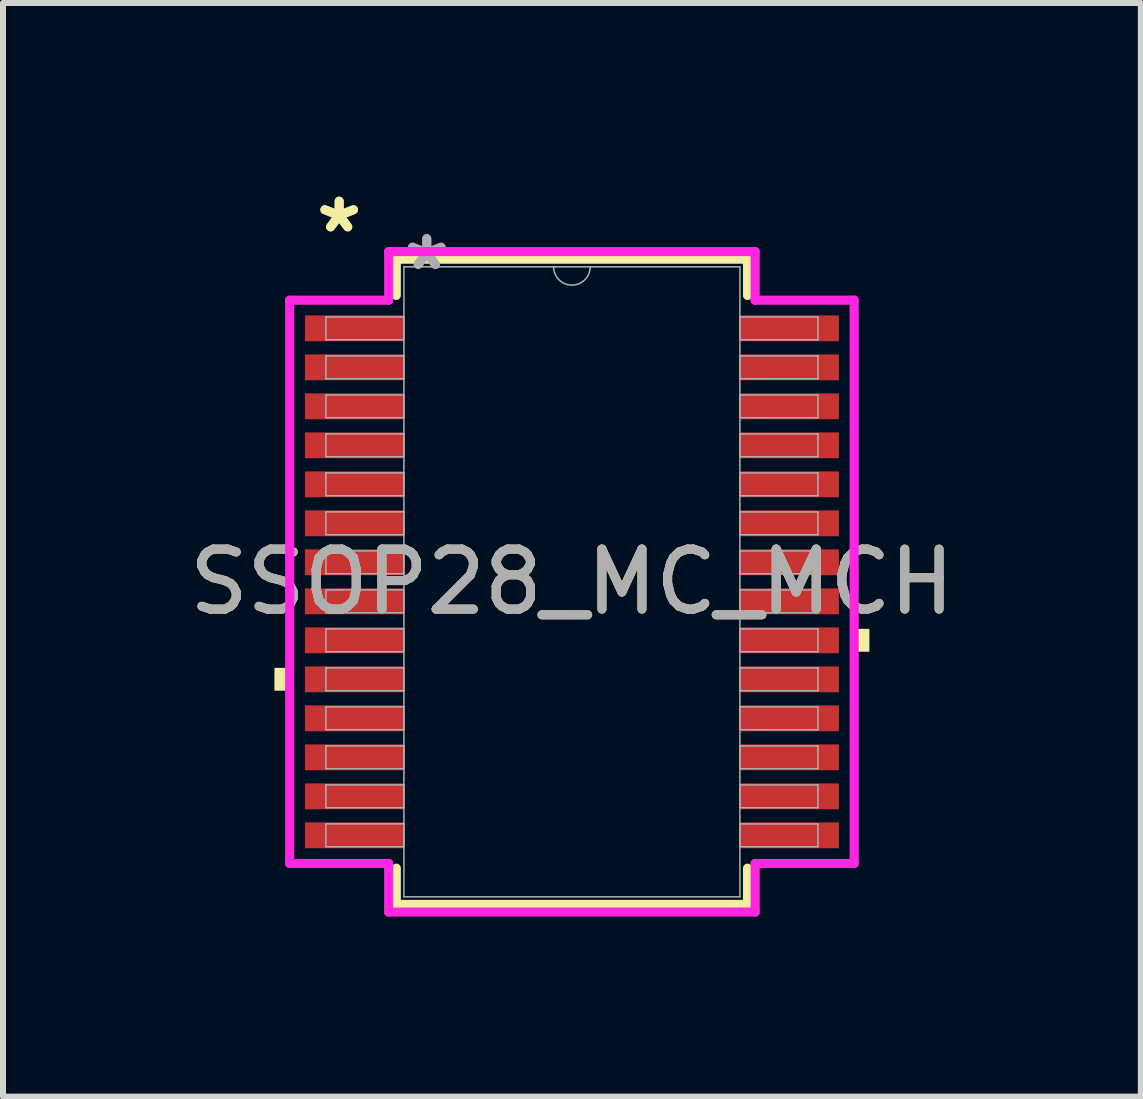
<source format=kicad_pcb>
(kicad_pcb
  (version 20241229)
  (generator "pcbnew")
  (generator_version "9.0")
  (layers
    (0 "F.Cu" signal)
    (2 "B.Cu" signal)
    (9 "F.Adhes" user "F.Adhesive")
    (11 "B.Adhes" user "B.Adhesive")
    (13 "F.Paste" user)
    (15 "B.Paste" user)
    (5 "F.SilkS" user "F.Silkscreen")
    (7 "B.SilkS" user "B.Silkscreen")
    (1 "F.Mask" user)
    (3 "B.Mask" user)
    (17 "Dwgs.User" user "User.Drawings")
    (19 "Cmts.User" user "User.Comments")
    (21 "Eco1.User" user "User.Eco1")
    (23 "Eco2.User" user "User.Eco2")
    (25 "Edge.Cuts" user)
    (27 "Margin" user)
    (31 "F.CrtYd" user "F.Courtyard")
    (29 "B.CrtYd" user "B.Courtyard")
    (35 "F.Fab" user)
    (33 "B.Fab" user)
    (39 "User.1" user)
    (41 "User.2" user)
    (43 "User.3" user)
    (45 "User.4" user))
  (footprint "SSOP28_MC_MCH"
    (layer "F.Cu")
    (at 6.482 6.647)
    (property "Reference" "SSOP28_MC_MCH" (at 0 0 0) (unlocked yes) (layer "F.SilkS") (effects (font (size 1 1) (thickness 0.15))))
    (attr smd)
    (fp_line (start -2.927 -5.377) (end -2.927 -4.773) (stroke (width 0.152) (type solid)) (layer "F.SilkS"))
    (fp_line (start -2.927 4.773) (end -2.927 5.377) (stroke (width 0.152) (type solid)) (layer "F.SilkS"))
    (fp_line (start -2.927 5.377) (end 2.927 5.377) (stroke (width 0.152) (type solid)) (layer "F.SilkS"))
    (fp_line (start 2.927 -5.377) (end -2.927 -5.377) (stroke (width 0.152) (type solid)) (layer "F.SilkS"))
    (fp_line (start 2.927 -4.773) (end 2.927 -5.377) (stroke (width 0.152) (type solid)) (layer "F.SilkS"))
    (fp_line (start 2.927 5.377) (end 2.927 4.773) (stroke (width 0.152) (type solid)) (layer "F.SilkS"))
    (fp_poly (pts (xy -4.958 1.434) (xy -4.958 1.815) (xy -4.704 1.815) (xy -4.704 1.434)) (stroke (width 0) (type solid)) (fill yes) (layer "F.SilkS"))
    (fp_poly (pts (xy 4.958 0.784) (xy 4.958 1.165) (xy 4.704 1.165) (xy 4.704 0.784)) (stroke (width 0) (type solid)) (fill yes) (layer "F.SilkS"))
    (fp_line (start -4.704 -4.694) (end -3.054 -4.694) (stroke (width 0.152) (type solid)) (layer "F.CrtYd"))
    (fp_line (start -4.704 4.694) (end -4.704 -4.694) (stroke (width 0.152) (type solid)) (layer "F.CrtYd"))
    (fp_line (start -4.704 4.694) (end -3.054 4.694) (stroke (width 0.152) (type solid)) (layer "F.CrtYd"))
    (fp_line (start -3.054 -5.504) (end 3.054 -5.504) (stroke (width 0.152) (type solid)) (layer "F.CrtYd"))
    (fp_line (start -3.054 -4.694) (end -3.054 -5.504) (stroke (width 0.152) (type solid)) (layer "F.CrtYd"))
    (fp_line (start -3.054 5.504) (end -3.054 4.694) (stroke (width 0.152) (type solid)) (layer "F.CrtYd"))
    (fp_line (start 3.054 -5.504) (end 3.054 -4.694) (stroke (width 0.152) (type solid)) (layer "F.CrtYd"))
    (fp_line (start 3.054 4.694) (end 3.054 5.504) (stroke (width 0.152) (type solid)) (layer "F.CrtYd"))
    (fp_line (start 3.054 5.504) (end -3.054 5.504) (stroke (width 0.152) (type solid)) (layer "F.CrtYd"))
    (fp_line (start 4.704 -4.694) (end 3.054 -4.694) (stroke (width 0.152) (type solid)) (layer "F.CrtYd"))
    (fp_line (start 4.704 -4.694) (end 4.704 4.694) (stroke (width 0.152) (type solid)) (layer "F.CrtYd"))
    (fp_line (start 4.704 4.694) (end 3.054 4.694) (stroke (width 0.152) (type solid)) (layer "F.CrtYd"))
    (fp_line (start -4.1 -4.415) (end -4.1 -4.035) (stroke (width 0.025) (type solid)) (layer "F.Fab"))
    (fp_line (start -4.1 -4.035) (end -2.8 -4.035) (stroke (width 0.025) (type solid)) (layer "F.Fab"))
    (fp_line (start -4.1 -3.765) (end -4.1 -3.385) (stroke (width 0.025) (type solid)) (layer "F.Fab"))
    (fp_line (start -4.1 -3.385) (end -2.8 -3.385) (stroke (width 0.025) (type solid)) (layer "F.Fab"))
    (fp_line (start -4.1 -3.115) (end -4.1 -2.735) (stroke (width 0.025) (type solid)) (layer "F.Fab"))
    (fp_line (start -4.1 -2.735) (end -2.8 -2.735) (stroke (width 0.025) (type solid)) (layer "F.Fab"))
    (fp_line (start -4.1 -2.466) (end -4.1 -2.084) (stroke (width 0.025) (type solid)) (layer "F.Fab"))
    (fp_line (start -4.1 -2.084) (end -2.8 -2.084) (stroke (width 0.025) (type solid)) (layer "F.Fab"))
    (fp_line (start -4.1 -1.816) (end -4.1 -1.435) (stroke (width 0.025) (type solid)) (layer "F.Fab"))
    (fp_line (start -4.1 -1.435) (end -2.8 -1.435) (stroke (width 0.025) (type solid)) (layer "F.Fab"))
    (fp_line (start -4.1 -1.166) (end -4.1 -0.785) (stroke (width 0.025) (type solid)) (layer "F.Fab"))
    (fp_line (start -4.1 -0.785) (end -2.8 -0.785) (stroke (width 0.025) (type solid)) (layer "F.Fab"))
    (fp_line (start -4.1 -0.516) (end -4.1 -0.135) (stroke (width 0.025) (type solid)) (layer "F.Fab"))
    (fp_line (start -4.1 -0.135) (end -2.8 -0.135) (stroke (width 0.025) (type solid)) (layer "F.Fab"))
    (fp_line (start -4.1 0.134) (end -4.1 0.515) (stroke (width 0.025) (type solid)) (layer "F.Fab"))
    (fp_line (start -4.1 0.515) (end -2.8 0.515) (stroke (width 0.025) (type solid)) (layer "F.Fab"))
    (fp_line (start -4.1 0.784) (end -4.1 1.165) (stroke (width 0.025) (type solid)) (layer "F.Fab"))
    (fp_line (start -4.1 1.165) (end -2.8 1.165) (stroke (width 0.025) (type solid)) (layer "F.Fab"))
    (fp_line (start -4.1 1.434) (end -4.1 1.815) (stroke (width 0.025) (type solid)) (layer "F.Fab"))
    (fp_line (start -4.1 1.815) (end -2.8 1.815) (stroke (width 0.025) (type solid)) (layer "F.Fab"))
    (fp_line (start -4.1 2.084) (end -4.1 2.465) (stroke (width 0.025) (type solid)) (layer "F.Fab"))
    (fp_line (start -4.1 2.465) (end -2.8 2.465) (stroke (width 0.025) (type solid)) (layer "F.Fab"))
    (fp_line (start -4.1 2.734) (end -4.1 3.115) (stroke (width 0.025) (type solid)) (layer "F.Fab"))
    (fp_line (start -4.1 3.115) (end -2.8 3.115) (stroke (width 0.025) (type solid)) (layer "F.Fab"))
    (fp_line (start -4.1 3.384) (end -4.1 3.765) (stroke (width 0.025) (type solid)) (layer "F.Fab"))
    (fp_line (start -4.1 3.765) (end -2.8 3.765) (stroke (width 0.025) (type solid)) (layer "F.Fab"))
    (fp_line (start -4.1 4.034) (end -4.1 4.415) (stroke (width 0.025) (type solid)) (layer "F.Fab"))
    (fp_line (start -4.1 4.415) (end -2.8 4.415) (stroke (width 0.025) (type solid)) (layer "F.Fab"))
    (fp_line (start -2.8 -5.25) (end -2.8 5.25) (stroke (width 0.025) (type solid)) (layer "F.Fab"))
    (fp_line (start -2.8 -4.415) (end -4.1 -4.415) (stroke (width 0.025) (type solid)) (layer "F.Fab"))
    (fp_line (start -2.8 -4.035) (end -2.8 -4.415) (stroke (width 0.025) (type solid)) (layer "F.Fab"))
    (fp_line (start -2.8 -3.765) (end -4.1 -3.765) (stroke (width 0.025) (type solid)) (layer "F.Fab"))
    (fp_line (start -2.8 -3.385) (end -2.8 -3.765) (stroke (width 0.025) (type solid)) (layer "F.Fab"))
    (fp_line (start -2.8 -3.115) (end -4.1 -3.115) (stroke (width 0.025) (type solid)) (layer "F.Fab"))
    (fp_line (start -2.8 -2.735) (end -2.8 -3.115) (stroke (width 0.025) (type solid)) (layer "F.Fab"))
    (fp_line (start -2.8 -2.466) (end -4.1 -2.466) (stroke (width 0.025) (type solid)) (layer "F.Fab"))
    (fp_line (start -2.8 -2.084) (end -2.8 -2.466) (stroke (width 0.025) (type solid)) (layer "F.Fab"))
    (fp_line (start -2.8 -1.816) (end -4.1 -1.816) (stroke (width 0.025) (type solid)) (layer "F.Fab"))
    (fp_line (start -2.8 -1.435) (end -2.8 -1.816) (stroke (width 0.025) (type solid)) (layer "F.Fab"))
    (fp_line (start -2.8 -1.166) (end -4.1 -1.166) (stroke (width 0.025) (type solid)) (layer "F.Fab"))
    (fp_line (start -2.8 -0.785) (end -2.8 -1.166) (stroke (width 0.025) (type solid)) (layer "F.Fab"))
    (fp_line (start -2.8 -0.516) (end -4.1 -0.516) (stroke (width 0.025) (type solid)) (layer "F.Fab"))
    (fp_line (start -2.8 -0.135) (end -2.8 -0.516) (stroke (width 0.025) (type solid)) (layer "F.Fab"))
    (fp_line (start -2.8 0.134) (end -4.1 0.134) (stroke (width 0.025) (type solid)) (layer "F.Fab"))
    (fp_line (start -2.8 0.515) (end -2.8 0.134) (stroke (width 0.025) (type solid)) (layer "F.Fab"))
    (fp_line (start -2.8 0.784) (end -4.1 0.784) (stroke (width 0.025) (type solid)) (layer "F.Fab"))
    (fp_line (start -2.8 1.165) (end -2.8 0.784) (stroke (width 0.025) (type solid)) (layer "F.Fab"))
    (fp_line (start -2.8 1.434) (end -4.1 1.434) (stroke (width 0.025) (type solid)) (layer "F.Fab"))
    (fp_line (start -2.8 1.815) (end -2.8 1.434) (stroke (width 0.025) (type solid)) (layer "F.Fab"))
    (fp_line (start -2.8 2.084) (end -4.1 2.084) (stroke (width 0.025) (type solid)) (layer "F.Fab"))
    (fp_line (start -2.8 2.465) (end -2.8 2.084) (stroke (width 0.025) (type solid)) (layer "F.Fab"))
    (fp_line (start -2.8 2.734) (end -4.1 2.734) (stroke (width 0.025) (type solid)) (layer "F.Fab"))
    (fp_line (start -2.8 3.115) (end -2.8 2.734) (stroke (width 0.025) (type solid)) (layer "F.Fab"))
    (fp_line (start -2.8 3.384) (end -4.1 3.384) (stroke (width 0.025) (type solid)) (layer "F.Fab"))
    (fp_line (start -2.8 3.765) (end -2.8 3.384) (stroke (width 0.025) (type solid)) (layer "F.Fab"))
    (fp_line (start -2.8 4.034) (end -4.1 4.034) (stroke (width 0.025) (type solid)) (layer "F.Fab"))
    (fp_line (start -2.8 4.415) (end -2.8 4.034) (stroke (width 0.025) (type solid)) (layer "F.Fab"))
    (fp_line (start -2.8 5.25) (end 2.8 5.25) (stroke (width 0.025) (type solid)) (layer "F.Fab"))
    (fp_line (start 2.8 -5.25) (end -2.8 -5.25) (stroke (width 0.025) (type solid)) (layer "F.Fab"))
    (fp_line (start 2.8 -4.415) (end 2.8 -4.034) (stroke (width 0.025) (type solid)) (layer "F.Fab"))
    (fp_line (start 2.8 -4.034) (end 4.1 -4.034) (stroke (width 0.025) (type solid)) (layer "F.Fab"))
    (fp_line (start 2.8 -3.765) (end 2.8 -3.384) (stroke (width 0.025) (type solid)) (layer "F.Fab"))
    (fp_line (start 2.8 -3.384) (end 4.1 -3.384) (stroke (width 0.025) (type solid)) (layer "F.Fab"))
    (fp_line (start 2.8 -3.115) (end 2.8 -2.734) (stroke (width 0.025) (type solid)) (layer "F.Fab"))
    (fp_line (start 2.8 -2.734) (end 4.1 -2.734) (stroke (width 0.025) (type solid)) (layer "F.Fab"))
    (fp_line (start 2.8 -2.465) (end 2.8 -2.084) (stroke (width 0.025) (type solid)) (layer "F.Fab"))
    (fp_line (start 2.8 -2.084) (end 4.1 -2.084) (stroke (width 0.025) (type solid)) (layer "F.Fab"))
    (fp_line (start 2.8 -1.815) (end 2.8 -1.434) (stroke (width 0.025) (type solid)) (layer "F.Fab"))
    (fp_line (start 2.8 -1.434) (end 4.1 -1.434) (stroke (width 0.025) (type solid)) (layer "F.Fab"))
    (fp_line (start 2.8 -1.165) (end 2.8 -0.784) (stroke (width 0.025) (type solid)) (layer "F.Fab"))
    (fp_line (start 2.8 -0.784) (end 4.1 -0.784) (stroke (width 0.025) (type solid)) (layer "F.Fab"))
    (fp_line (start 2.8 -0.515) (end 2.8 -0.134) (stroke (width 0.025) (type solid)) (layer "F.Fab"))
    (fp_line (start 2.8 -0.134) (end 4.1 -0.134) (stroke (width 0.025) (type solid)) (layer "F.Fab"))
    (fp_line (start 2.8 0.135) (end 2.8 0.516) (stroke (width 0.025) (type solid)) (layer "F.Fab"))
    (fp_line (start 2.8 0.516) (end 4.1 0.516) (stroke (width 0.025) (type solid)) (layer "F.Fab"))
    (fp_line (start 2.8 0.784) (end 2.8 1.165) (stroke (width 0.025) (type solid)) (layer "F.Fab"))
    (fp_line (start 2.8 1.165) (end 4.1 1.165) (stroke (width 0.025) (type solid)) (layer "F.Fab"))
    (fp_line (start 2.8 1.435) (end 2.8 1.815) (stroke (width 0.025) (type solid)) (layer "F.Fab"))
    (fp_line (start 2.8 1.815) (end 4.1 1.815) (stroke (width 0.025) (type solid)) (layer "F.Fab"))
    (fp_line (start 2.8 2.084) (end 2.8 2.466) (stroke (width 0.025) (type solid)) (layer "F.Fab"))
    (fp_line (start 2.8 2.466) (end 4.1 2.466) (stroke (width 0.025) (type solid)) (layer "F.Fab"))
    (fp_line (start 2.8 2.735) (end 2.8 3.115) (stroke (width 0.025) (type solid)) (layer "F.Fab"))
    (fp_line (start 2.8 3.115) (end 4.1 3.115) (stroke (width 0.025) (type solid)) (layer "F.Fab"))
    (fp_line (start 2.8 3.385) (end 2.8 3.765) (stroke (width 0.025) (type solid)) (layer "F.Fab"))
    (fp_line (start 2.8 3.765) (end 4.1 3.765) (stroke (width 0.025) (type solid)) (layer "F.Fab"))
    (fp_line (start 2.8 4.035) (end 2.8 4.415) (stroke (width 0.025) (type solid)) (layer "F.Fab"))
    (fp_line (start 2.8 4.415) (end 4.1 4.415) (stroke (width 0.025) (type solid)) (layer "F.Fab"))
    (fp_line (start 2.8 5.25) (end 2.8 -5.25) (stroke (width 0.025) (type solid)) (layer "F.Fab"))
    (fp_line (start 4.1 -4.415) (end 2.8 -4.415) (stroke (width 0.025) (type solid)) (layer "F.Fab"))
    (fp_line (start 4.1 -4.034) (end 4.1 -4.415) (stroke (width 0.025) (type solid)) (layer "F.Fab"))
    (fp_line (start 4.1 -3.765) (end 2.8 -3.765) (stroke (width 0.025) (type solid)) (layer "F.Fab"))
    (fp_line (start 4.1 -3.384) (end 4.1 -3.765) (stroke (width 0.025) (type solid)) (layer "F.Fab"))
    (fp_line (start 4.1 -3.115) (end 2.8 -3.115) (stroke (width 0.025) (type solid)) (layer "F.Fab"))
    (fp_line (start 4.1 -2.734) (end 4.1 -3.115) (stroke (width 0.025) (type solid)) (layer "F.Fab"))
    (fp_line (start 4.1 -2.465) (end 2.8 -2.465) (stroke (width 0.025) (type solid)) (layer "F.Fab"))
    (fp_line (start 4.1 -2.084) (end 4.1 -2.465) (stroke (width 0.025) (type solid)) (layer "F.Fab"))
    (fp_line (start 4.1 -1.815) (end 2.8 -1.815) (stroke (width 0.025) (type solid)) (layer "F.Fab"))
    (fp_line (start 4.1 -1.434) (end 4.1 -1.815) (stroke (width 0.025) (type solid)) (layer "F.Fab"))
    (fp_line (start 4.1 -1.165) (end 2.8 -1.165) (stroke (width 0.025) (type solid)) (layer "F.Fab"))
    (fp_line (start 4.1 -0.784) (end 4.1 -1.165) (stroke (width 0.025) (type solid)) (layer "F.Fab"))
    (fp_line (start 4.1 -0.515) (end 2.8 -0.515) (stroke (width 0.025) (type solid)) (layer "F.Fab"))
    (fp_line (start 4.1 -0.134) (end 4.1 -0.515) (stroke (width 0.025) (type solid)) (layer "F.Fab"))
    (fp_line (start 4.1 0.135) (end 2.8 0.135) (stroke (width 0.025) (type solid)) (layer "F.Fab"))
    (fp_line (start 4.1 0.516) (end 4.1 0.135) (stroke (width 0.025) (type solid)) (layer "F.Fab"))
    (fp_line (start 4.1 0.784) (end 2.8 0.784) (stroke (width 0.025) (type solid)) (layer "F.Fab"))
    (fp_line (start 4.1 1.165) (end 4.1 0.784) (stroke (width 0.025) (type solid)) (layer "F.Fab"))
    (fp_line (start 4.1 1.435) (end 2.8 1.435) (stroke (width 0.025) (type solid)) (layer "F.Fab"))
    (fp_line (start 4.1 1.815) (end 4.1 1.435) (stroke (width 0.025) (type solid)) (layer "F.Fab"))
    (fp_line (start 4.1 2.084) (end 2.8 2.084) (stroke (width 0.025) (type solid)) (layer "F.Fab"))
    (fp_line (start 4.1 2.466) (end 4.1 2.084) (stroke (width 0.025) (type solid)) (layer "F.Fab"))
    (fp_line (start 4.1 2.735) (end 2.8 2.735) (stroke (width 0.025) (type solid)) (layer "F.Fab"))
    (fp_line (start 4.1 3.115) (end 4.1 2.735) (stroke (width 0.025) (type solid)) (layer "F.Fab"))
    (fp_line (start 4.1 3.385) (end 2.8 3.385) (stroke (width 0.025) (type solid)) (layer "F.Fab"))
    (fp_line (start 4.1 3.765) (end 4.1 3.385) (stroke (width 0.025) (type solid)) (layer "F.Fab"))
    (fp_line (start 4.1 4.035) (end 2.8 4.035) (stroke (width 0.025) (type solid)) (layer "F.Fab"))
    (fp_line (start 4.1 4.415) (end 4.1 4.035) (stroke (width 0.025) (type solid)) (layer "F.Fab"))
    (fp_arc (start 0.3048 -5.25) (mid 0 -4.9452) (end -0.3048 -5.25) (stroke (width 0.0254) (type solid)) (layer "F.Fab"))
    (fp_text user "*" (at -3.879 -5.799 0) (layer "F.SilkS") (effects (font (size 1 1) (thickness 0.15))))
    (fp_text user "*" (at -3.879 -5.799 0) (unlocked yes) (layer "F.SilkS") (effects (font (size 1 1) (thickness 0.15))))
    (fp_text user "${REFERENCE}" (at 0 0 0) (unlocked yes) (layer "F.Fab") (effects (font (size 1 1) (thickness 0.15))))
    (fp_text user "*" (at -2.419 -5.174 0) (layer "F.Fab") (effects (font (size 1 1) (thickness 0.15))))
    (fp_text user "*" (at -2.419 -5.174 0) (unlocked yes) (layer "F.Fab") (effects (font (size 1 1) (thickness 0.15))))
    (pad "1" smd rect (at -3.625 -4.225) (size 1.65 0.431) (layers "F.Cu" "F.Mask" "F.Paste"))
    (pad "2" smd rect (at -3.625 -3.575) (size 1.65 0.431) (layers "F.Cu" "F.Mask" "F.Paste"))
    (pad "3" smd rect (at -3.625 -2.925) (size 1.65 0.431) (layers "F.Cu" "F.Mask" "F.Paste"))
    (pad "4" smd rect (at -3.625 -2.275) (size 1.65 0.431) (layers "F.Cu" "F.Mask" "F.Paste"))
    (pad "5" smd rect (at -3.625 -1.625) (size 1.65 0.431) (layers "F.Cu" "F.Mask" "F.Paste"))
    (pad "6" smd rect (at -3.625 -0.975) (size 1.65 0.431) (layers "F.Cu" "F.Mask" "F.Paste"))
    (pad "7" smd rect (at -3.625 -0.325) (size 1.65 0.431) (layers "F.Cu" "F.Mask" "F.Paste"))
    (pad "8" smd rect (at -3.625 0.325) (size 1.65 0.431) (layers "F.Cu" "F.Mask" "F.Paste"))
    (pad "9" smd rect (at -3.625 0.975) (size 1.65 0.431) (layers "F.Cu" "F.Mask" "F.Paste"))
    (pad "10" smd rect (at -3.625 1.625) (size 1.65 0.431) (layers "F.Cu" "F.Mask" "F.Paste"))
    (pad "11" smd rect (at -3.625 2.275) (size 1.65 0.431) (layers "F.Cu" "F.Mask" "F.Paste"))
    (pad "12" smd rect (at -3.625 2.925) (size 1.65 0.431) (layers "F.Cu" "F.Mask" "F.Paste"))
    (pad "13" smd rect (at -3.625 3.575) (size 1.65 0.431) (layers "F.Cu" "F.Mask" "F.Paste"))
    (pad "14" smd rect (at -3.625 4.225) (size 1.65 0.431) (layers "F.Cu" "F.Mask" "F.Paste"))
    (pad "15" smd rect (at 3.625 4.225) (size 1.65 0.431) (layers "F.Cu" "F.Mask" "F.Paste"))
    (pad "16" smd rect (at 3.625 3.575) (size 1.65 0.431) (layers "F.Cu" "F.Mask" "F.Paste"))
    (pad "17" smd rect (at 3.625 2.925) (size 1.65 0.431) (layers "F.Cu" "F.Mask" "F.Paste"))
    (pad "18" smd rect (at 3.625 2.275) (size 1.65 0.431) (layers "F.Cu" "F.Mask" "F.Paste"))
    (pad "19" smd rect (at 3.625 1.625) (size 1.65 0.431) (layers "F.Cu" "F.Mask" "F.Paste"))
    (pad "20" smd rect (at 3.625 0.975) (size 1.65 0.431) (layers "F.Cu" "F.Mask" "F.Paste"))
    (pad "21" smd rect (at 3.625 0.325) (size 1.65 0.431) (layers "F.Cu" "F.Mask" "F.Paste"))
    (pad "22" smd rect (at 3.625 -0.325) (size 1.65 0.431) (layers "F.Cu" "F.Mask" "F.Paste"))
    (pad "23" smd rect (at 3.625 -0.975) (size 1.65 0.431) (layers "F.Cu" "F.Mask" "F.Paste"))
    (pad "24" smd rect (at 3.625 -1.625) (size 1.65 0.431) (layers "F.Cu" "F.Mask" "F.Paste"))
    (pad "25" smd rect (at 3.625 -2.275) (size 1.65 0.431) (layers "F.Cu" "F.Mask" "F.Paste"))
    (pad "26" smd rect (at 3.625 -2.925) (size 1.65 0.431) (layers "F.Cu" "F.Mask" "F.Paste"))
    (pad "27" smd rect (at 3.625 -3.575) (size 1.65 0.431) (layers "F.Cu" "F.Mask" "F.Paste"))
    (pad "28" smd rect (at 3.625 -4.225) (size 1.65 0.431) (layers "F.Cu" "F.Mask" "F.Paste")))
  (gr_rect
    (start -3 -3)
    (end 15.964 15.227)
    (stroke (width 0.1) (type default))
    (fill no)
    (layer "Edge.Cuts")))
</source>
